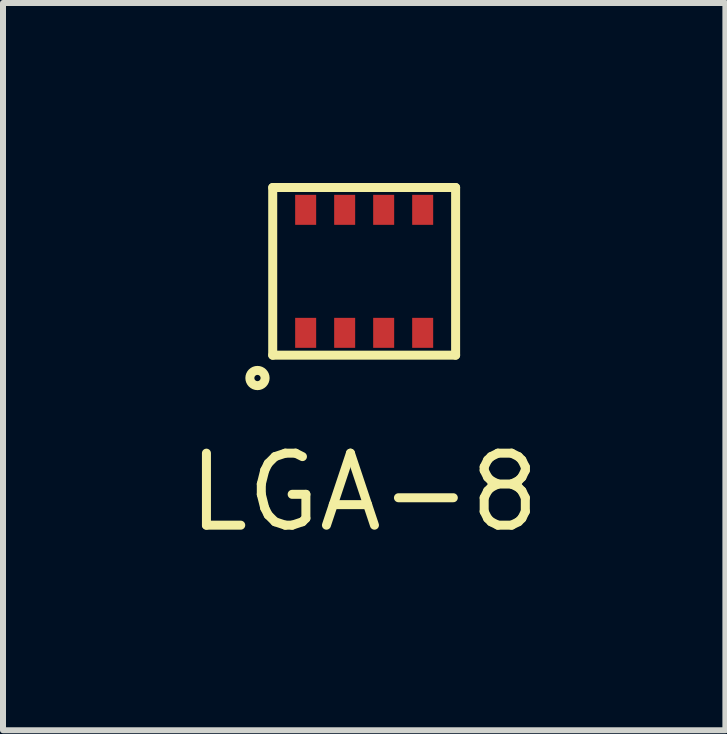
<source format=kicad_pcb>
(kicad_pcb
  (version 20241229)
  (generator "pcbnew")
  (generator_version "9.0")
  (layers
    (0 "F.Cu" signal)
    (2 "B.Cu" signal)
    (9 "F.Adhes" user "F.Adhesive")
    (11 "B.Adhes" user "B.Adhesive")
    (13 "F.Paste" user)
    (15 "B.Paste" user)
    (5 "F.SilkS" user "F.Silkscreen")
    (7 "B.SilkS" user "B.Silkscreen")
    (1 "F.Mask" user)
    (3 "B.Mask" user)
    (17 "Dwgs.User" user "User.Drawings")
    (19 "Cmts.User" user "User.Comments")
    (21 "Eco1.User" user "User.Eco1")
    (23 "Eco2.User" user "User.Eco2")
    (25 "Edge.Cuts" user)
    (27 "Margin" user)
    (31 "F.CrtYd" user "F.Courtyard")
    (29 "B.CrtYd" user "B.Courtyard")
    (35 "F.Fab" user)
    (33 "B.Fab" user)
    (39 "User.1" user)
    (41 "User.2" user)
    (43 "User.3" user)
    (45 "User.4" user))
  (footprint "LGA-8"
    (layer "F.Cu")
    (at 3.019 1.472)
    (property "Reference" "LGA-8" (at 0 3.683 180) (layer "F.SilkS") (effects (font (size 1.2 1.2) (thickness 0.15))))
    (attr through_hole)
    (fp_line (start -1.524 -1.397) (end -1.524 1.397) (stroke (width 0.15) (type solid)) (layer "F.SilkS"))
    (fp_line (start -1.524 1.397) (end 1.524 1.397) (stroke (width 0.15) (type solid)) (layer "F.SilkS"))
    (fp_line (start -0.635 -1.397) (end -1.524 -1.397) (stroke (width 0.15) (type solid)) (layer "F.SilkS"))
    (fp_line (start 1.524 -1.397) (end -0.635 -1.397) (stroke (width 0.15) (type solid)) (layer "F.SilkS"))
    (fp_line (start 1.524 1.397) (end 1.524 -1.397) (stroke (width 0.15) (type solid)) (layer "F.SilkS"))
    (fp_circle (center -1.778 1.778) (end -1.651 1.778) (stroke (width 0.15) (type solid)) (fill no) (layer "F.SilkS"))
    (pad "1" smd rect (at -0.975 1.025) (size 0.35 0.5) (layers "F.Cu" "F.Mask" "F.Paste"))
    (pad "2" smd rect (at -0.325 1.025) (size 0.35 0.5) (layers "F.Cu" "F.Mask" "F.Paste"))
    (pad "3" smd rect (at 0.325 1.025) (size 0.35 0.5) (layers "F.Cu" "F.Mask" "F.Paste"))
    (pad "4" smd rect (at 0.975 1.025) (size 0.35 0.5) (layers "F.Cu" "F.Mask" "F.Paste"))
    (pad "5" smd rect (at 0.975 -1.025) (size 0.35 0.5) (layers "F.Cu" "F.Mask" "F.Paste"))
    (pad "6" smd rect (at 0.325 -1.025) (size 0.35 0.5) (layers "F.Cu" "F.Mask" "F.Paste"))
    (pad "7" smd rect (at -0.325 -1.025) (size 0.35 0.5) (layers "F.Cu" "F.Mask" "F.Paste"))
    (pad "8" smd rect (at -0.975 -1.025) (size 0.35 0.5) (layers "F.Cu" "F.Mask" "F.Paste")))
  (gr_rect
    (start -3 -3)
    (end 9.039 9.12)
    (stroke (width 0.1) (type default))
    (fill no)
    (layer "Edge.Cuts")))
</source>
